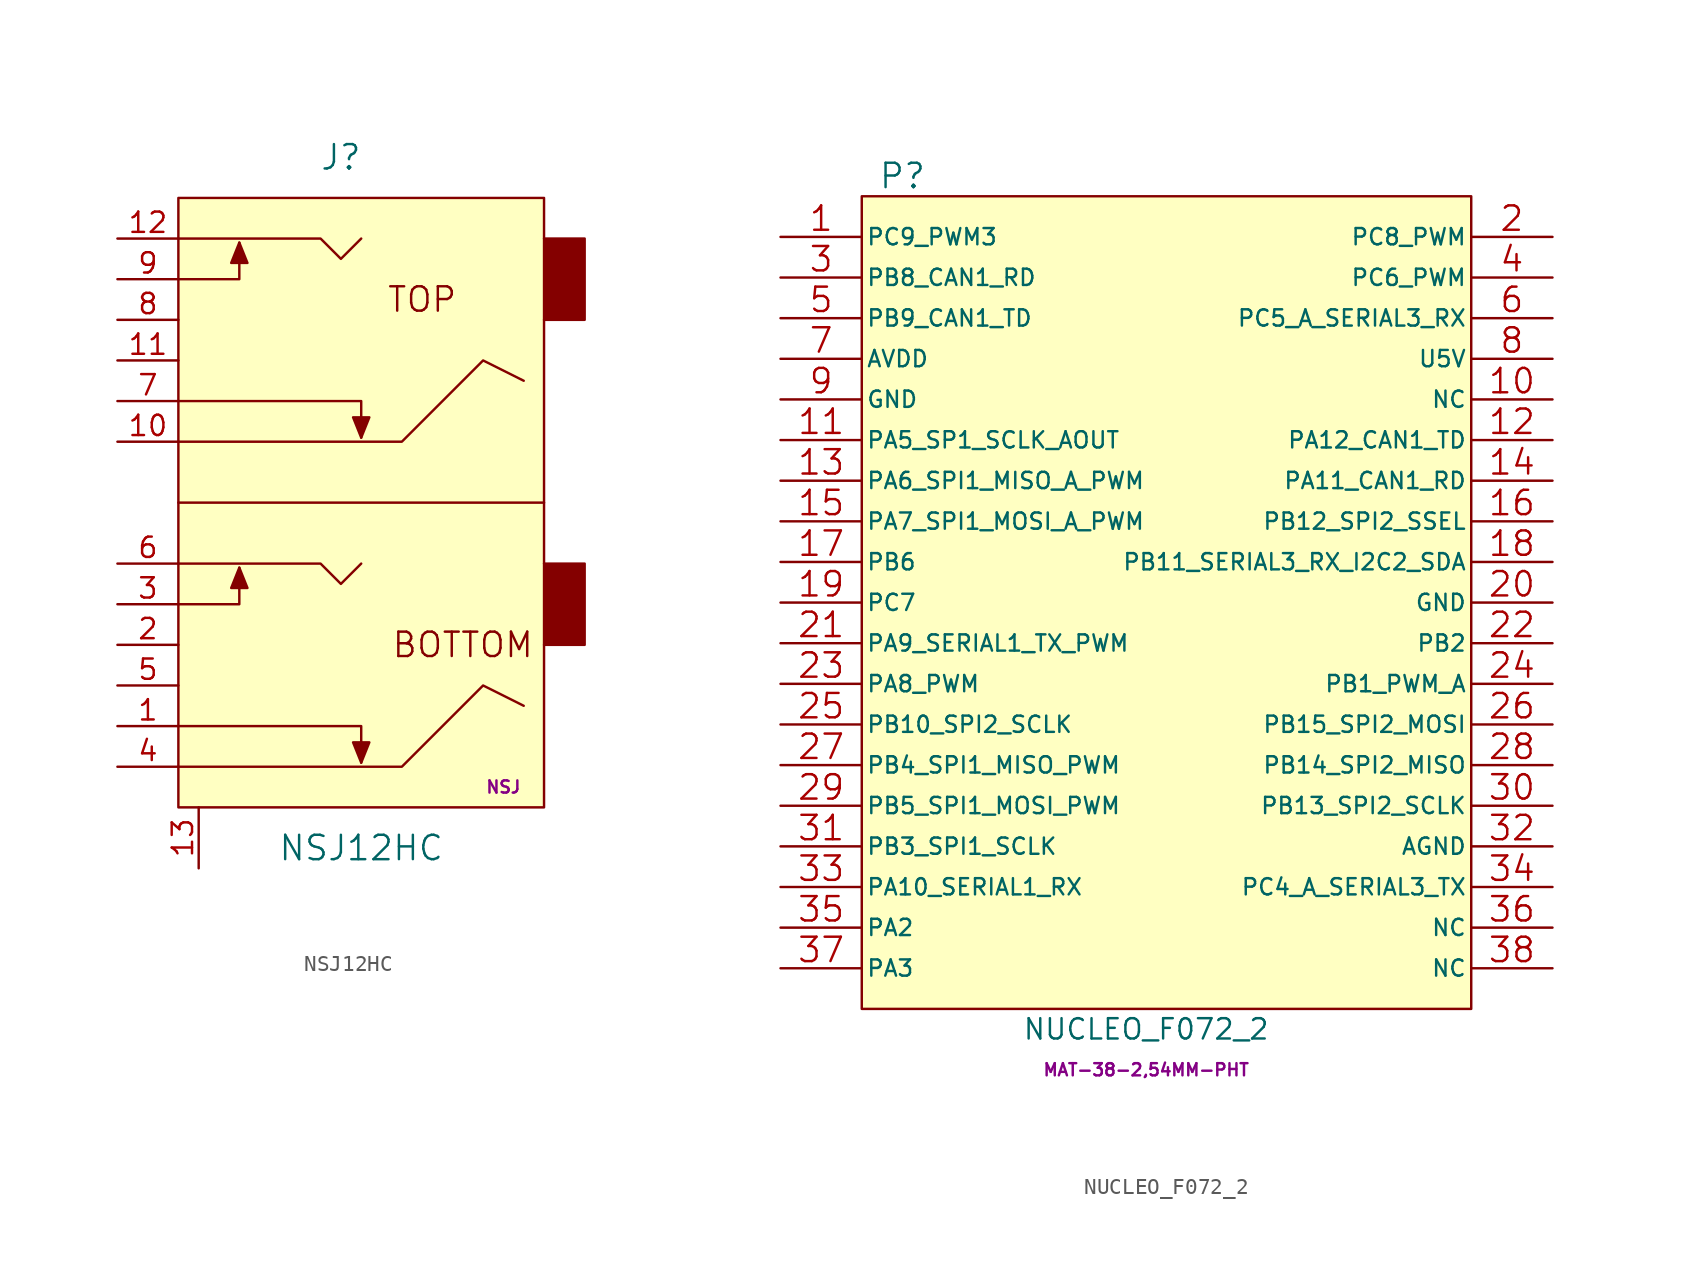
<source format=kicad_sym>
(kicad_symbol_lib
  (version 20220914)
  (generator kicad_symbol_editor)
  (symbol "NSJ12HC"
    (property "Reference" "J"
      (at 0 21.59 0)
      (effects (font (size 1.524 1.524))))
    (property "Value" "NSJ12HC"
      (at 1.27 -21.59 0)
      (effects (font (size 1.524 1.524))))
    (property "Footprint" "NSJ"
      (at 10.16 -17.78 0)
      (effects (font (size 0.762 0.762))))
    (property "Datasheet" ""
      (at 0 0 0)
      (effects (font (size 1.524 1.524))))
    (symbol "NSJ12HC_0_0"
      (polyline (pts (xy -10.16 0) (xy 12.7 0)) (stroke (width 0) (type default)) (fill (type none)))
      (polyline (pts (xy 12.7 -3.81) (xy 15.24 -3.81) (xy 15.24 -8.89) (xy 12.7 -8.89)) (stroke (width 0) (type default)) (fill (type outline)))
      (polyline (pts (xy 12.7 16.51) (xy 15.24 16.51) (xy 15.24 11.43) (xy 12.7 11.43)) (stroke (width 0) (type default)) (fill (type outline)))
      (polyline (pts (xy -10.16 19.05) (xy -10.16 -19.05) (xy 12.7 -19.05) (xy 12.7 19.05) (xy -10.16 19.05)) (stroke (width 0) (type default)) (fill (type background)))
      (text "BOTTOM" (at 7.62 -8.89 0) (effects (font (size 1.524 1.524))))
      (text "TOP" (at 5.08 12.7 0) (effects (font (size 1.524 1.524)))))
    (symbol "NSJ12HC_0_1"
      (polyline (pts (xy -10.16 -13.97) (xy 1.27 -13.97) (xy 1.27 -16.256)) (stroke (width 0) (type default)) (fill (type none)))
      (polyline (pts (xy -10.16 -6.35) (xy -6.35 -6.35) (xy -6.35 -4.064)) (stroke (width 0) (type default)) (fill (type none)))
      (polyline (pts (xy -10.16 6.35) (xy 1.27 6.35) (xy 1.27 4.064)) (stroke (width 0) (type default)) (fill (type none)))
      (polyline (pts (xy -10.16 13.97) (xy -6.35 13.97) (xy -6.35 16.256)) (stroke (width 0) (type default)) (fill (type none)))
      (polyline (pts (xy -10.16 -16.51) (xy 3.81 -16.51) (xy 8.89 -11.43) (xy 11.43 -12.7)) (stroke (width 0) (type default)) (fill (type none)))
      (polyline (pts (xy -10.16 -3.81) (xy -1.27 -3.81) (xy 0 -5.08) (xy 1.27 -3.81)) (stroke (width 0) (type default)) (fill (type none)))
      (polyline (pts (xy -10.16 3.81) (xy 3.81 3.81) (xy 8.89 8.89) (xy 11.43 7.62)) (stroke (width 0) (type default)) (fill (type none)))
      (polyline (pts (xy -10.16 16.51) (xy -1.27 16.51) (xy 0 15.24) (xy 1.27 16.51)) (stroke (width 0) (type default)) (fill (type none)))
      (polyline (pts (xy -6.35 -4.064) (xy -6.858 -5.334) (xy -5.842 -5.334) (xy -6.35 -4.064)) (stroke (width 0) (type default)) (fill (type outline)))
      (polyline (pts (xy -6.35 16.256) (xy -6.858 14.986) (xy -5.842 14.986) (xy -6.35 16.256)) (stroke (width 0) (type default)) (fill (type outline)))
      (polyline (pts (xy 1.27 -16.256) (xy 0.762 -14.986) (xy 1.778 -14.986) (xy 1.27 -16.256)) (stroke (width 0) (type default)) (fill (type outline)))
      (polyline (pts (xy 1.27 4.064) (xy 0.762 5.334) (xy 1.778 5.334) (xy 1.27 4.064)) (stroke (width 0) (type default)) (fill (type outline))))
    (symbol "NSJ12HC_1_1"
      (pin input line (at -13.97 -13.97 0) (length 3.81) (name "~" (effects (font (size 1.27 1.27)))) (number "1" (effects (font (size 1.27 1.27)))))
      (pin input line (at -13.97 3.81 0) (length 3.81) (name "~" (effects (font (size 1.27 1.27)))) (number "10" (effects (font (size 1.27 1.27)))))
      (pin input line (at -13.97 8.89 0) (length 3.81) (name "~" (effects (font (size 1.27 1.27)))) (number "11" (effects (font (size 1.27 1.27)))))
      (pin input line (at -13.97 16.51 0) (length 3.81) (name "~" (effects (font (size 1.27 1.27)))) (number "12" (effects (font (size 1.27 1.27)))))
      (pin input line (at -8.89 -22.86 90) (length 3.81) (name "~" (effects (font (size 1.27 1.27)))) (number "13" (effects (font (size 1.27 1.27)))))
      (pin input line (at -13.97 -8.89 0) (length 3.81) (name "~" (effects (font (size 1.27 1.27)))) (number "2" (effects (font (size 1.27 1.27)))))
      (pin input line (at -13.97 -6.35 0) (length 3.81) (name "~" (effects (font (size 1.27 1.27)))) (number "3" (effects (font (size 1.27 1.27)))))
      (pin input line (at -13.97 -16.51 0) (length 3.81) (name "~" (effects (font (size 1.27 1.27)))) (number "4" (effects (font (size 1.27 1.27)))))
      (pin input line (at -13.97 -11.43 0) (length 3.81) (name "~" (effects (font (size 1.27 1.27)))) (number "5" (effects (font (size 1.27 1.27)))))
      (pin input line (at -13.97 -3.81 0) (length 3.81) (name "~" (effects (font (size 1.27 1.27)))) (number "6" (effects (font (size 1.27 1.27)))))
      (pin input line (at -13.97 6.35 0) (length 3.81) (name "~" (effects (font (size 1.27 1.27)))) (number "7" (effects (font (size 1.27 1.27)))))
      (pin input line (at -13.97 11.43 0) (length 3.81) (name "~" (effects (font (size 1.27 1.27)))) (number "8" (effects (font (size 1.27 1.27)))))
      (pin input line (at -13.97 13.97 0) (length 3.81) (name "~" (effects (font (size 1.27 1.27)))) (number "9" (effects (font (size 1.27 1.27)))))))
  (symbol "NUCLEO_F072_2"
    (pin_names
      (offset 0.254))
    (property "Reference" "P"
      (at -16.51 26.67 0)
      (effects (font (size 1.524 1.524))))
    (property "Value" "NUCLEO_F072_2"
      (at -1.27 -26.67 0)
      (effects (font (size 1.27 1.27))))
    (property "Footprint" "MAT-38-2,54MM-PHT"
      (at -1.27 -29.21 0)
      (effects (font (size 0.762 0.762))))
    (property "Datasheet" ""
      (at -13.97 0 0)
      (effects (font (size 1.524 1.524))))
    (symbol "NUCLEO_F072_2_0_1"
      (rectangle (start -19.05 25.4) (end 19.05 -25.4) (stroke (width 0) (type default)) (fill (type background))))
    (symbol "NUCLEO_F072_2_1_1"
      (pin passive line (at -24.13 22.86 0) (length 5.08) (name "PC9_PWM3" (effects (font (size 1.016 1.016)))) (number "1" (effects (font (size 1.524 1.524)))))
      (pin passive line (at 24.13 12.7 180) (length 5.08) (name "NC" (effects (font (size 1.016 1.016)))) (number "10" (effects (font (size 1.524 1.524)))))
      (pin passive line (at -24.13 10.16 0) (length 5.08) (name "PA5_SP1_SCLK_AOUT" (effects (font (size 1.016 1.016)))) (number "11" (effects (font (size 1.524 1.524)))))
      (pin passive line (at 24.13 10.16 180) (length 5.08) (name "PA12_CAN1_TD" (effects (font (size 1.016 1.016)))) (number "12" (effects (font (size 1.524 1.524)))))
      (pin passive line (at -24.13 7.62 0) (length 5.08) (name "PA6_SPI1_MISO_A_PWM" (effects (font (size 1.016 1.016)))) (number "13" (effects (font (size 1.524 1.524)))))
      (pin passive line (at 24.13 7.62 180) (length 5.08) (name "PA11_CAN1_RD" (effects (font (size 1.016 1.016)))) (number "14" (effects (font (size 1.524 1.524)))))
      (pin passive line (at -24.13 5.08 0) (length 5.08) (name "PA7_SPI1_MOSI_A_PWM" (effects (font (size 1.016 1.016)))) (number "15" (effects (font (size 1.524 1.524)))))
      (pin passive line (at 24.13 5.08 180) (length 5.08) (name "PB12_SPI2_SSEL" (effects (font (size 1.016 1.016)))) (number "16" (effects (font (size 1.524 1.524)))))
      (pin passive line (at -24.13 2.54 0) (length 5.08) (name "PB6" (effects (font (size 1.016 1.016)))) (number "17" (effects (font (size 1.524 1.524)))))
      (pin passive line (at 24.13 2.54 180) (length 5.08) (name "PB11_SERIAL3_RX_I2C2_SDA" (effects (font (size 1.016 1.016)))) (number "18" (effects (font (size 1.524 1.524)))))
      (pin passive line (at -24.13 0 0) (length 5.08) (name "PC7" (effects (font (size 1.016 1.016)))) (number "19" (effects (font (size 1.524 1.524)))))
      (pin passive line (at 24.13 22.86 180) (length 5.08) (name "PC8_PWM" (effects (font (size 1.016 1.016)))) (number "2" (effects (font (size 1.524 1.524)))))
      (pin passive line (at 24.13 0 180) (length 5.08) (name "GND" (effects (font (size 1.016 1.016)))) (number "20" (effects (font (size 1.524 1.524)))))
      (pin passive line (at -24.13 -2.54 0) (length 5.08) (name "PA9_SERIAL1_TX_PWM" (effects (font (size 1.016 1.016)))) (number "21" (effects (font (size 1.524 1.524)))))
      (pin passive line (at 24.13 -2.54 180) (length 5.08) (name "PB2" (effects (font (size 1.016 1.016)))) (number "22" (effects (font (size 1.524 1.524)))))
      (pin passive line (at -24.13 -5.08 0) (length 5.08) (name "PA8_PWM" (effects (font (size 1.016 1.016)))) (number "23" (effects (font (size 1.524 1.524)))))
      (pin passive line (at 24.13 -5.08 180) (length 5.08) (name "PB1_PWM_A" (effects (font (size 1.016 1.016)))) (number "24" (effects (font (size 1.524 1.524)))))
      (pin passive line (at -24.13 -7.62 0) (length 5.08) (name "PB10_SPI2_SCLK" (effects (font (size 1.016 1.016)))) (number "25" (effects (font (size 1.524 1.524)))))
      (pin passive line (at 24.13 -7.62 180) (length 5.08) (name "PB15_SPI2_MOSI" (effects (font (size 1.016 1.016)))) (number "26" (effects (font (size 1.524 1.524)))))
      (pin passive line (at -24.13 -10.16 0) (length 5.08) (name "PB4_SPI1_MISO_PWM" (effects (font (size 1.016 1.016)))) (number "27" (effects (font (size 1.524 1.524)))))
      (pin passive line (at 24.13 -10.16 180) (length 5.08) (name "PB14_SPI2_MISO" (effects (font (size 1.016 1.016)))) (number "28" (effects (font (size 1.524 1.524)))))
      (pin passive line (at -24.13 -12.7 0) (length 5.08) (name "PB5_SPI1_MOSI_PWM" (effects (font (size 1.016 1.016)))) (number "29" (effects (font (size 1.524 1.524)))))
      (pin passive line (at -24.13 20.32 0) (length 5.08) (name "PB8_CAN1_RD" (effects (font (size 1.016 1.016)))) (number "3" (effects (font (size 1.524 1.524)))))
      (pin passive line (at 24.13 -12.7 180) (length 5.08) (name "PB13_SPI2_SCLK" (effects (font (size 1.016 1.016)))) (number "30" (effects (font (size 1.524 1.524)))))
      (pin passive line (at -24.13 -15.24 0) (length 5.08) (name "PB3_SPI1_SCLK" (effects (font (size 1.016 1.016)))) (number "31" (effects (font (size 1.524 1.524)))))
      (pin passive line (at 24.13 -15.24 180) (length 5.08) (name "AGND" (effects (font (size 1.016 1.016)))) (number "32" (effects (font (size 1.524 1.524)))))
      (pin passive line (at -24.13 -17.78 0) (length 5.08) (name "PA10_SERIAL1_RX" (effects (font (size 1.016 1.016)))) (number "33" (effects (font (size 1.524 1.524)))))
      (pin passive line (at 24.13 -17.78 180) (length 5.08) (name "PC4_A_SERIAL3_TX" (effects (font (size 1.016 1.016)))) (number "34" (effects (font (size 1.524 1.524)))))
      (pin passive line (at -24.13 -20.32 0) (length 5.08) (name "PA2" (effects (font (size 1.016 1.016)))) (number "35" (effects (font (size 1.524 1.524)))))
      (pin passive line (at 24.13 -20.32 180) (length 5.08) (name "NC" (effects (font (size 1.016 1.016)))) (number "36" (effects (font (size 1.524 1.524)))))
      (pin passive line (at -24.13 -22.86 0) (length 5.08) (name "PA3" (effects (font (size 1.016 1.016)))) (number "37" (effects (font (size 1.524 1.524)))))
      (pin passive line (at 24.13 -22.86 180) (length 5.08) (name "NC" (effects (font (size 1.016 1.016)))) (number "38" (effects (font (size 1.524 1.524)))))
      (pin passive line (at 24.13 20.32 180) (length 5.08) (name "PC6_PWM" (effects (font (size 1.016 1.016)))) (number "4" (effects (font (size 1.524 1.524)))))
      (pin passive line (at -24.13 17.78 0) (length 5.08) (name "PB9_CAN1_TD" (effects (font (size 1.016 1.016)))) (number "5" (effects (font (size 1.524 1.524)))))
      (pin passive line (at 24.13 17.78 180) (length 5.08) (name "PC5_A_SERIAL3_RX" (effects (font (size 1.016 1.016)))) (number "6" (effects (font (size 1.524 1.524)))))
      (pin passive line (at -24.13 15.24 0) (length 5.08) (name "AVDD" (effects (font (size 1.016 1.016)))) (number "7" (effects (font (size 1.524 1.524)))))
      (pin passive line (at 24.13 15.24 180) (length 5.08) (name "U5V" (effects (font (size 1.016 1.016)))) (number "8" (effects (font (size 1.524 1.524)))))
      (pin passive line (at -24.13 12.7 0) (length 5.08) (name "GND" (effects (font (size 1.016 1.016)))) (number "9" (effects (font (size 1.524 1.524))))))))
</source>
